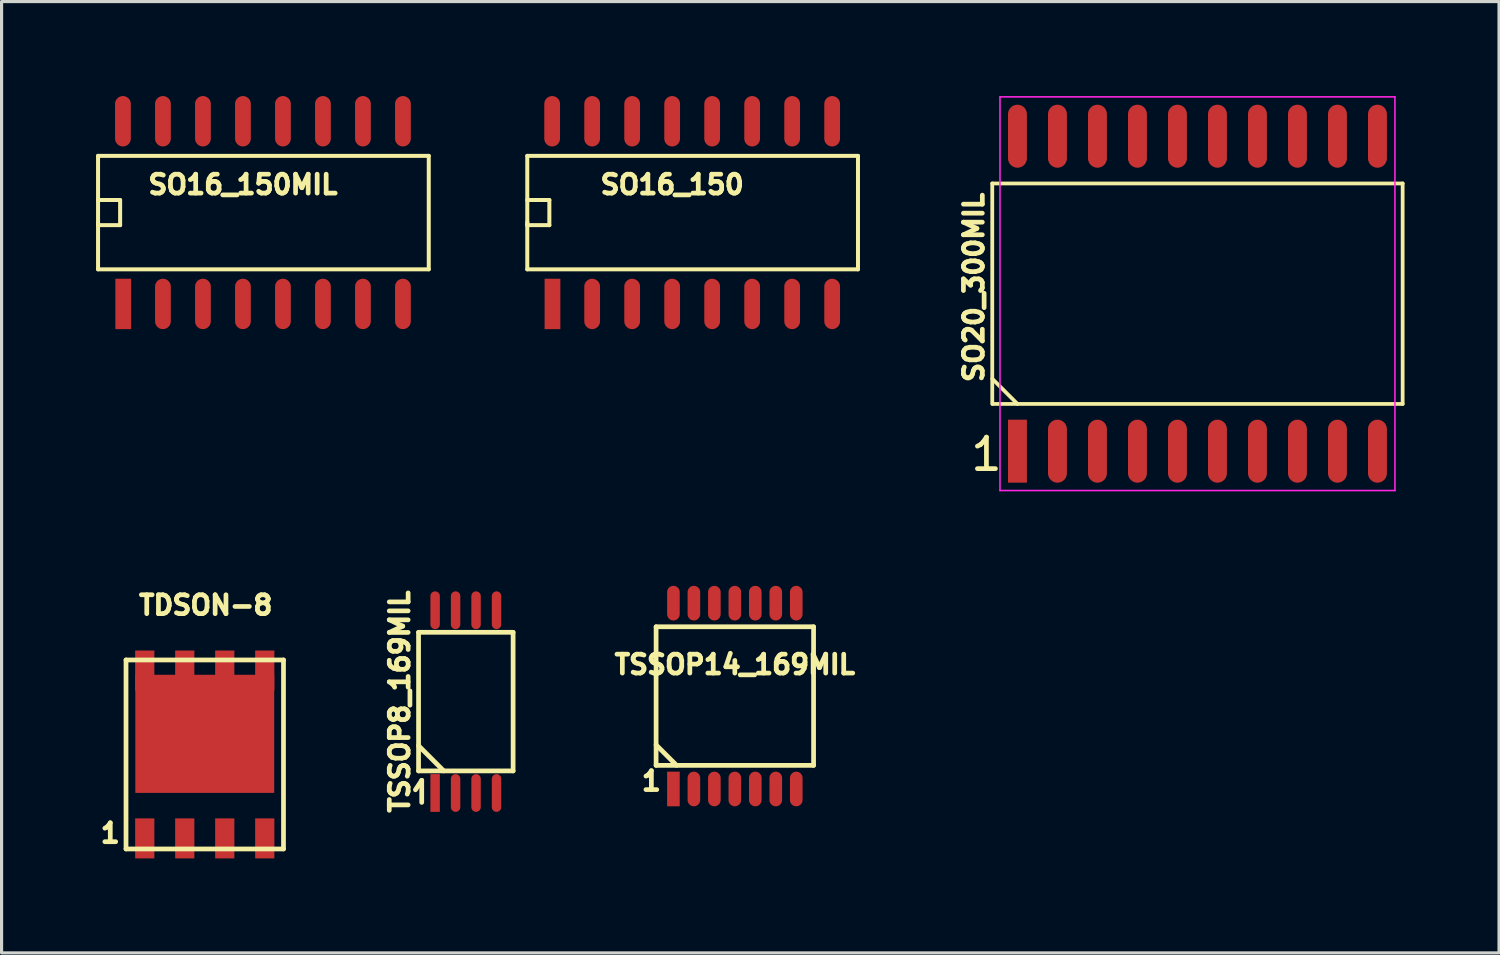
<source format=kicad_pcb>
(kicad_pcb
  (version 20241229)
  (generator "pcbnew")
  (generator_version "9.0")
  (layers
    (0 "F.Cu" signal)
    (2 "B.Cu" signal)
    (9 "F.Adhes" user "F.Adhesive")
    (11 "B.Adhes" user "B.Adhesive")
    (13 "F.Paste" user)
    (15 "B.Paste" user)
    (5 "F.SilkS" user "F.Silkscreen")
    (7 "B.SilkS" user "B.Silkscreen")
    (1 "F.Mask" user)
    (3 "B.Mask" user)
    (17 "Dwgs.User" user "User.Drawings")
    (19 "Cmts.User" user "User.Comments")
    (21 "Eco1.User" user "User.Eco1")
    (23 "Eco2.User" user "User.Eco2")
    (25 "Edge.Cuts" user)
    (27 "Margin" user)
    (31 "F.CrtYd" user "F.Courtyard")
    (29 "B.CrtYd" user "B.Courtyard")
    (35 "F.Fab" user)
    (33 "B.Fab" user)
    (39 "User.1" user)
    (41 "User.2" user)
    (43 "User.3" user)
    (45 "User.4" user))
  (footprint "TDSON-8"
    (layer "F.Cu")
    (at 3.451 20.904)
    (property "Reference" "TDSON-8" (at 0.03 -4.74 0) (layer "F.SilkS") (effects (font (size 0.6 0.6) (thickness 0.15))))
    (attr through_hole)
    (fp_line (start -2.5 -3) (end 2.5 -3) (stroke (width 0.15) (type solid)) (layer "F.SilkS"))
    (fp_line (start -2.5 3) (end -2.5 -3) (stroke (width 0.15) (type solid)) (layer "F.SilkS"))
    (fp_line (start 2.5 -3) (end 2.5 3) (stroke (width 0.15) (type solid)) (layer "F.SilkS"))
    (fp_line (start 2.5 3) (end -2.5 3) (stroke (width 0.15) (type solid)) (layer "F.SilkS"))
    (fp_text user "1" (at -3 2.5 0) (layer "F.SilkS") (effects (font (size 0.6 0.6) (thickness 0.15))))
    (pad "1" smd rect (at -1.905 2.665) (size 0.61 1.27) (layers "F.Cu" "F.Mask" "F.Paste"))
    (pad "2" smd rect (at -0.635 2.665) (size 0.61 1.27) (layers "F.Cu" "F.Mask" "F.Paste"))
    (pad "3" smd rect (at 0.635 2.665) (size 0.61 1.27) (layers "F.Cu" "F.Mask" "F.Paste"))
    (pad "4" smd rect (at 1.905 2.665) (size 0.61 1.27) (layers "F.Cu" "F.Mask" "F.Paste"))
    (pad "5" smd rect (at 1.905 -2.665) (size 0.61 1.27) (layers "F.Cu" "F.Mask" "F.Paste"))
    (pad "6" smd rect (at 0.635 -2.665) (size 0.61 1.27) (layers "F.Cu" "F.Mask" "F.Paste"))
    (pad "7" smd rect (at -0.635 -2.665) (size 0.61 1.27) (layers "F.Cu" "F.Mask" "F.Paste"))
    (pad "8" smd rect (at -1.905 -2.665) (size 0.61 1.27) (layers "F.Cu" "F.Mask" "F.Paste"))
    (pad "8" smd rect (at 0 -0.655) (size 4.41 3.75) (layers "F.Cu" "F.Mask" "F.Paste")))
  (footprint "TSSOP14_169MIL"
    (layer "F.Cu")
    (at 20.281 19.05)
    (property "Reference" "TSSOP14_169MIL" (at 0 -1 0) (layer "F.SilkS") (effects (font (size 0.6 0.6) (thickness 0.15))))
    (attr through_hole)
    (fp_line (start -2.5 -2.2) (end 2.5 -2.2) (stroke (width 0.15) (type solid)) (layer "F.SilkS"))
    (fp_line (start -2.5 1.55) (end -1.85 2.2) (stroke (width 0.15) (type solid)) (layer "F.SilkS"))
    (fp_line (start -2.5 2.2) (end -2.5 -2.2) (stroke (width 0.15) (type solid)) (layer "F.SilkS"))
    (fp_line (start 2.5 -2.2) (end 2.5 2.2) (stroke (width 0.15) (type solid)) (layer "F.SilkS"))
    (fp_line (start 2.5 2.2) (end -2.5 2.2) (stroke (width 0.15) (type solid)) (layer "F.SilkS"))
    (fp_text user "1" (at -2.65 2.7 0) (layer "F.SilkS") (effects (font (size 0.6 0.6) (thickness 0.15))))
    (pad "1" smd rect (at -1.95 2.95) (size 0.4 1.1) (layers "F.Cu" "F.Mask" "F.Paste"))
    (pad "2" smd oval (at -1.3 2.95) (size 0.4 1.1) (layers "F.Cu" "F.Mask" "F.Paste"))
    (pad "3" smd oval (at -0.65 2.95) (size 0.4 1.1) (layers "F.Cu" "F.Mask" "F.Paste"))
    (pad "4" smd oval (at 0 2.95) (size 0.4 1.1) (layers "F.Cu" "F.Mask" "F.Paste"))
    (pad "5" smd oval (at 0.65 2.95) (size 0.4 1.1) (layers "F.Cu" "F.Mask" "F.Paste"))
    (pad "6" smd oval (at 1.3 2.95) (size 0.4 1.1) (layers "F.Cu" "F.Mask" "F.Paste"))
    (pad "7" smd oval (at 1.95 2.95) (size 0.4 1.1) (layers "F.Cu" "F.Mask" "F.Paste"))
    (pad "8" smd oval (at 1.95 -2.95) (size 0.4 1.1) (layers "F.Cu" "F.Mask" "F.Paste"))
    (pad "9" smd oval (at 1.3 -2.95) (size 0.4 1.1) (layers "F.Cu" "F.Mask" "F.Paste"))
    (pad "10" smd oval (at 0.65 -2.95) (size 0.4 1.1) (layers "F.Cu" "F.Mask" "F.Paste"))
    (pad "11" smd oval (at 0 -2.95) (size 0.4 1.1) (layers "F.Cu" "F.Mask" "F.Paste"))
    (pad "12" smd oval (at -0.65 -2.95) (size 0.4 1.1) (layers "F.Cu" "F.Mask" "F.Paste"))
    (pad "13" smd oval (at -1.3 -2.95) (size 0.4 1.1) (layers "F.Cu" "F.Mask" "F.Paste"))
    (pad "14" smd oval (at -1.95 -2.95) (size 0.4 1.1) (layers "F.Cu" "F.Mask" "F.Paste")))
  (footprint "SO16_150"
    (layer "F.Cu")
    (at 18.291 3.7)
    (property "Reference" "SO16_150" (at 0 -0.889 0) (layer "F.SilkS") (effects (font (size 0.6 0.6) (thickness 0.15))))
    (attr smd)
    (fp_line (start -4.6 -0.399) (end -3.899 -0.399) (stroke (width 0.127) (type solid)) (layer "F.SilkS"))
    (fp_line (start -4.6 0.399) (end -4.6 0.3) (stroke (width 0.127) (type solid)) (layer "F.SilkS"))
    (fp_line (start -4.6 1.801) (end -4.6 -1.801) (stroke (width 0.127) (type solid)) (layer "F.SilkS"))
    (fp_line (start -4.6 1.801) (end 5.9 1.801) (stroke (width 0.127) (type solid)) (layer "F.SilkS"))
    (fp_line (start -3.899 -0.399) (end -3.899 0.399) (stroke (width 0.127) (type solid)) (layer "F.SilkS"))
    (fp_line (start -3.899 0.399) (end -4.6 0.399) (stroke (width 0.127) (type solid)) (layer "F.SilkS"))
    (fp_line (start 5.9 -1.801) (end -4.6 -1.801) (stroke (width 0.127) (type solid)) (layer "F.SilkS"))
    (fp_line (start 5.9 1.801) (end 5.9 -1.801) (stroke (width 0.127) (type solid)) (layer "F.SilkS"))
    (pad "1" smd rect (at -3.8 2.9) (size 0.5 1.6) (layers "F.Cu" "F.Mask" "F.Paste"))
    (pad "2" smd oval (at -2.54 2.9) (size 0.5 1.6) (layers "F.Cu" "F.Mask" "F.Paste"))
    (pad "3" smd oval (at -1.27 2.9) (size 0.5 1.6) (layers "F.Cu" "F.Mask" "F.Paste"))
    (pad "4" smd oval (at 0 2.9) (size 0.5 1.6) (layers "F.Cu" "F.Mask" "F.Paste"))
    (pad "5" smd oval (at 1.27 2.9) (size 0.5 1.6) (layers "F.Cu" "F.Mask" "F.Paste"))
    (pad "6" smd oval (at 2.54 2.9) (size 0.5 1.6) (layers "F.Cu" "F.Mask" "F.Paste"))
    (pad "7" smd oval (at 3.81 2.9) (size 0.5 1.6) (layers "F.Cu" "F.Mask" "F.Paste"))
    (pad "8" smd oval (at 5.08 2.9) (size 0.5 1.6) (layers "F.Cu" "F.Mask" "F.Paste"))
    (pad "9" smd oval (at 5.08 -2.9) (size 0.5 1.6) (layers "F.Cu" "F.Mask" "F.Paste"))
    (pad "10" smd oval (at 3.81 -2.9) (size 0.5 1.6) (layers "F.Cu" "F.Mask" "F.Paste"))
    (pad "11" smd oval (at 2.54 -2.9) (size 0.5 1.6) (layers "F.Cu" "F.Mask" "F.Paste"))
    (pad "12" smd oval (at 1.27 -2.9) (size 0.5 1.6) (layers "F.Cu" "F.Mask" "F.Paste"))
    (pad "13" smd oval (at 0 -2.9) (size 0.5 1.6) (layers "F.Cu" "F.Mask" "F.Paste"))
    (pad "14" smd oval (at -1.27 -2.9) (size 0.5 1.6) (layers "F.Cu" "F.Mask" "F.Paste"))
    (pad "15" smd oval (at -2.54 -2.9) (size 0.5 1.6) (layers "F.Cu" "F.Mask" "F.Paste"))
    (pad "16" smd oval (at -3.81 -2.9) (size 0.5 1.6) (layers "F.Cu" "F.Mask" "F.Paste")))
  (footprint "SO20_300MIL"
    (layer "F.Cu")
    (at 34.969 6.275)
    (property "Reference" "SO20_300MIL" (at -7.1 -0.2 90) (layer "F.SilkS") (effects (font (size 0.6 0.6) (thickness 0.15))))
    (attr smd)
    (fp_line (start -6.515 -3.5) (end 6.515 -3.5) (stroke (width 0.12) (type solid)) (layer "F.SilkS"))
    (fp_line (start -6.515 3.5) (end -6.515 -3.5) (stroke (width 0.12) (type solid)) (layer "F.SilkS"))
    (fp_line (start -5.715 3.5) (end -6.515 2.7) (stroke (width 0.12) (type solid)) (layer "F.SilkS"))
    (fp_line (start 6.515 -3.5) (end 6.515 3.5) (stroke (width 0.12) (type solid)) (layer "F.SilkS"))
    (fp_line (start 6.515 3.5) (end -6.5 3.5) (stroke (width 0.12) (type solid)) (layer "F.SilkS"))
    (fp_line (start -6.27 -6.25) (end 6.27 -6.25) (stroke (width 0.05) (type solid)) (layer "F.CrtYd"))
    (fp_line (start -6.27 6.25) (end -6.27 -6.25) (stroke (width 0.05) (type solid)) (layer "F.CrtYd"))
    (fp_line (start 6.27 -6.25) (end 6.27 6.25) (stroke (width 0.05) (type solid)) (layer "F.CrtYd"))
    (fp_line (start 6.27 6.25) (end -6.27 6.25) (stroke (width 0.05) (type solid)) (layer "F.CrtYd"))
    (fp_text user "1" (at -6.7 5.1 0) (unlocked yes) (layer "F.SilkS") (effects (font (size 1 1) (thickness 0.15))))
    (pad "1" smd rect (at -5.715 5) (size 0.6 2) (layers "F.Cu" "F.Mask" "F.Paste"))
    (pad "2" smd oval (at -4.445 5) (size 0.6 2) (layers "F.Cu" "F.Mask" "F.Paste"))
    (pad "3" smd oval (at -3.175 5) (size 0.6 2) (layers "F.Cu" "F.Mask" "F.Paste"))
    (pad "4" smd oval (at -1.905 5) (size 0.6 2) (layers "F.Cu" "F.Mask" "F.Paste"))
    (pad "5" smd oval (at -0.635 5) (size 0.6 2) (layers "F.Cu" "F.Mask" "F.Paste"))
    (pad "6" smd oval (at 0.635 5) (size 0.6 2) (layers "F.Cu" "F.Mask" "F.Paste"))
    (pad "7" smd oval (at 1.905 5) (size 0.6 2) (layers "F.Cu" "F.Mask" "F.Paste"))
    (pad "8" smd oval (at 3.175 5) (size 0.6 2) (layers "F.Cu" "F.Mask" "F.Paste"))
    (pad "9" smd oval (at 4.445 5) (size 0.6 2) (layers "F.Cu" "F.Mask" "F.Paste"))
    (pad "10" smd oval (at 5.715 5) (size 0.6 2) (layers "F.Cu" "F.Mask" "F.Paste"))
    (pad "11" smd oval (at 5.715 -5) (size 0.6 2) (layers "F.Cu" "F.Mask" "F.Paste"))
    (pad "12" smd oval (at 4.445 -5) (size 0.6 2) (layers "F.Cu" "F.Mask" "F.Paste"))
    (pad "13" smd oval (at 3.175 -5) (size 0.6 2) (layers "F.Cu" "F.Mask" "F.Paste"))
    (pad "14" smd oval (at 1.905 -5) (size 0.6 2) (layers "F.Cu" "F.Mask" "F.Paste"))
    (pad "15" smd oval (at 0.635 -5) (size 0.6 2) (layers "F.Cu" "F.Mask" "F.Paste"))
    (pad "16" smd oval (at -0.635 -5) (size 0.6 2) (layers "F.Cu" "F.Mask" "F.Paste"))
    (pad "17" smd oval (at -1.905 -5) (size 0.6 2) (layers "F.Cu" "F.Mask" "F.Paste"))
    (pad "18" smd oval (at -3.175 -5) (size 0.6 2) (layers "F.Cu" "F.Mask" "F.Paste"))
    (pad "19" smd oval (at -4.445 -5) (size 0.6 2) (layers "F.Cu" "F.Mask" "F.Paste"))
    (pad "20" smd oval (at -5.715 -5) (size 0.6 2) (layers "F.Cu" "F.Mask" "F.Paste")))
  (footprint "SO16_150MIL"
    (layer "F.Cu")
    (at 4.663 3.7)
    (property "Reference" "SO16_150MIL" (at 0 -0.889 0) (layer "F.SilkS") (effects (font (size 0.6 0.6) (thickness 0.15))))
    (attr smd)
    (fp_line (start -4.6 -0.399) (end -3.899 -0.399) (stroke (width 0.127) (type solid)) (layer "F.SilkS"))
    (fp_line (start -4.6 0.399) (end -4.6 0.3) (stroke (width 0.127) (type solid)) (layer "F.SilkS"))
    (fp_line (start -4.6 1.801) (end -4.6 -1.801) (stroke (width 0.127) (type solid)) (layer "F.SilkS"))
    (fp_line (start -4.6 1.801) (end 5.9 1.801) (stroke (width 0.127) (type solid)) (layer "F.SilkS"))
    (fp_line (start -3.899 -0.399) (end -3.899 0.399) (stroke (width 0.127) (type solid)) (layer "F.SilkS"))
    (fp_line (start -3.899 0.399) (end -4.6 0.399) (stroke (width 0.127) (type solid)) (layer "F.SilkS"))
    (fp_line (start 5.9 -1.801) (end -4.6 -1.801) (stroke (width 0.127) (type solid)) (layer "F.SilkS"))
    (fp_line (start 5.9 1.801) (end 5.9 -1.801) (stroke (width 0.127) (type solid)) (layer "F.SilkS"))
    (pad "1" smd rect (at -3.8 2.9) (size 0.5 1.6) (layers "F.Cu" "F.Mask" "F.Paste"))
    (pad "2" smd oval (at -2.54 2.9) (size 0.5 1.6) (layers "F.Cu" "F.Mask" "F.Paste"))
    (pad "3" smd oval (at -1.27 2.9) (size 0.5 1.6) (layers "F.Cu" "F.Mask" "F.Paste"))
    (pad "4" smd oval (at 0 2.9) (size 0.5 1.6) (layers "F.Cu" "F.Mask" "F.Paste"))
    (pad "5" smd oval (at 1.27 2.9) (size 0.5 1.6) (layers "F.Cu" "F.Mask" "F.Paste"))
    (pad "6" smd oval (at 2.54 2.9) (size 0.5 1.6) (layers "F.Cu" "F.Mask" "F.Paste"))
    (pad "7" smd oval (at 3.81 2.9) (size 0.5 1.6) (layers "F.Cu" "F.Mask" "F.Paste"))
    (pad "8" smd oval (at 5.08 2.9) (size 0.5 1.6) (layers "F.Cu" "F.Mask" "F.Paste"))
    (pad "9" smd oval (at 5.08 -2.9) (size 0.5 1.6) (layers "F.Cu" "F.Mask" "F.Paste"))
    (pad "10" smd oval (at 3.81 -2.9) (size 0.5 1.6) (layers "F.Cu" "F.Mask" "F.Paste"))
    (pad "11" smd oval (at 2.54 -2.9) (size 0.5 1.6) (layers "F.Cu" "F.Mask" "F.Paste"))
    (pad "12" smd oval (at 1.27 -2.9) (size 0.5 1.6) (layers "F.Cu" "F.Mask" "F.Paste"))
    (pad "13" smd oval (at 0 -2.9) (size 0.5 1.6) (layers "F.Cu" "F.Mask" "F.Paste"))
    (pad "14" smd oval (at -1.27 -2.9) (size 0.5 1.6) (layers "F.Cu" "F.Mask" "F.Paste"))
    (pad "15" smd oval (at -2.54 -2.9) (size 0.5 1.6) (layers "F.Cu" "F.Mask" "F.Paste"))
    (pad "16" smd oval (at -3.81 -2.9) (size 0.5 1.6) (layers "F.Cu" "F.Mask" "F.Paste")))
  (footprint "TSSOP8_169MIL"
    (layer "F.Cu")
    (at 11.74 19.226)
    (property "Reference" "TSSOP8_169MIL" (at -2.101 0 90) (layer "F.SilkS") (effects (font (size 0.599 0.599) (thickness 0.15))))
    (attr through_hole)
    (fp_line (start -1.501 -2.2) (end 1.501 -2.2) (stroke (width 0.15) (type solid)) (layer "F.SilkS"))
    (fp_line (start -1.501 1.4) (end -0.701 2.2) (stroke (width 0.15) (type solid)) (layer "F.SilkS"))
    (fp_line (start -1.501 2.2) (end -1.501 -2.2) (stroke (width 0.15) (type solid)) (layer "F.SilkS"))
    (fp_line (start -1.4 2.499) (end -1.6 2.799) (stroke (width 0.15) (type solid)) (layer "F.SilkS"))
    (fp_line (start -1.4 2.499) (end -1.4 3.2) (stroke (width 0.15) (type solid)) (layer "F.SilkS"))
    (fp_line (start 1.501 -2.2) (end 1.501 2.2) (stroke (width 0.15) (type solid)) (layer "F.SilkS"))
    (fp_line (start 1.501 2.2) (end -1.501 2.2) (stroke (width 0.15) (type solid)) (layer "F.SilkS"))
    (pad "1" smd rect (at -0.975 2.901) (size 0.3 1.199) (layers "F.Cu" "F.Mask" "F.Paste"))
    (pad "2" smd oval (at -0.325 2.901) (size 0.3 1.199) (layers "F.Cu" "F.Mask" "F.Paste"))
    (pad "3" smd oval (at 0.325 2.901) (size 0.3 1.199) (layers "F.Cu" "F.Mask" "F.Paste"))
    (pad "4" smd oval (at 0.975 2.901) (size 0.3 1.199) (layers "F.Cu" "F.Mask" "F.Paste"))
    (pad "5" smd oval (at 0.975 -2.901) (size 0.3 1.199) (layers "F.Cu" "F.Mask" "F.Paste"))
    (pad "6" smd oval (at 0.325 -2.901) (size 0.3 1.199) (layers "F.Cu" "F.Mask" "F.Paste"))
    (pad "7" smd oval (at -0.325 -2.901) (size 0.3 1.199) (layers "F.Cu" "F.Mask" "F.Paste"))
    (pad "8" smd oval (at -0.975 -2.901) (size 0.3 1.199) (layers "F.Cu" "F.Mask" "F.Paste")))
  (gr_rect
    (start -3 -3)
    (end 44.544 27.204)
    (stroke (width 0.1) (type default))
    (fill no)
    (layer "Edge.Cuts")))
</source>
